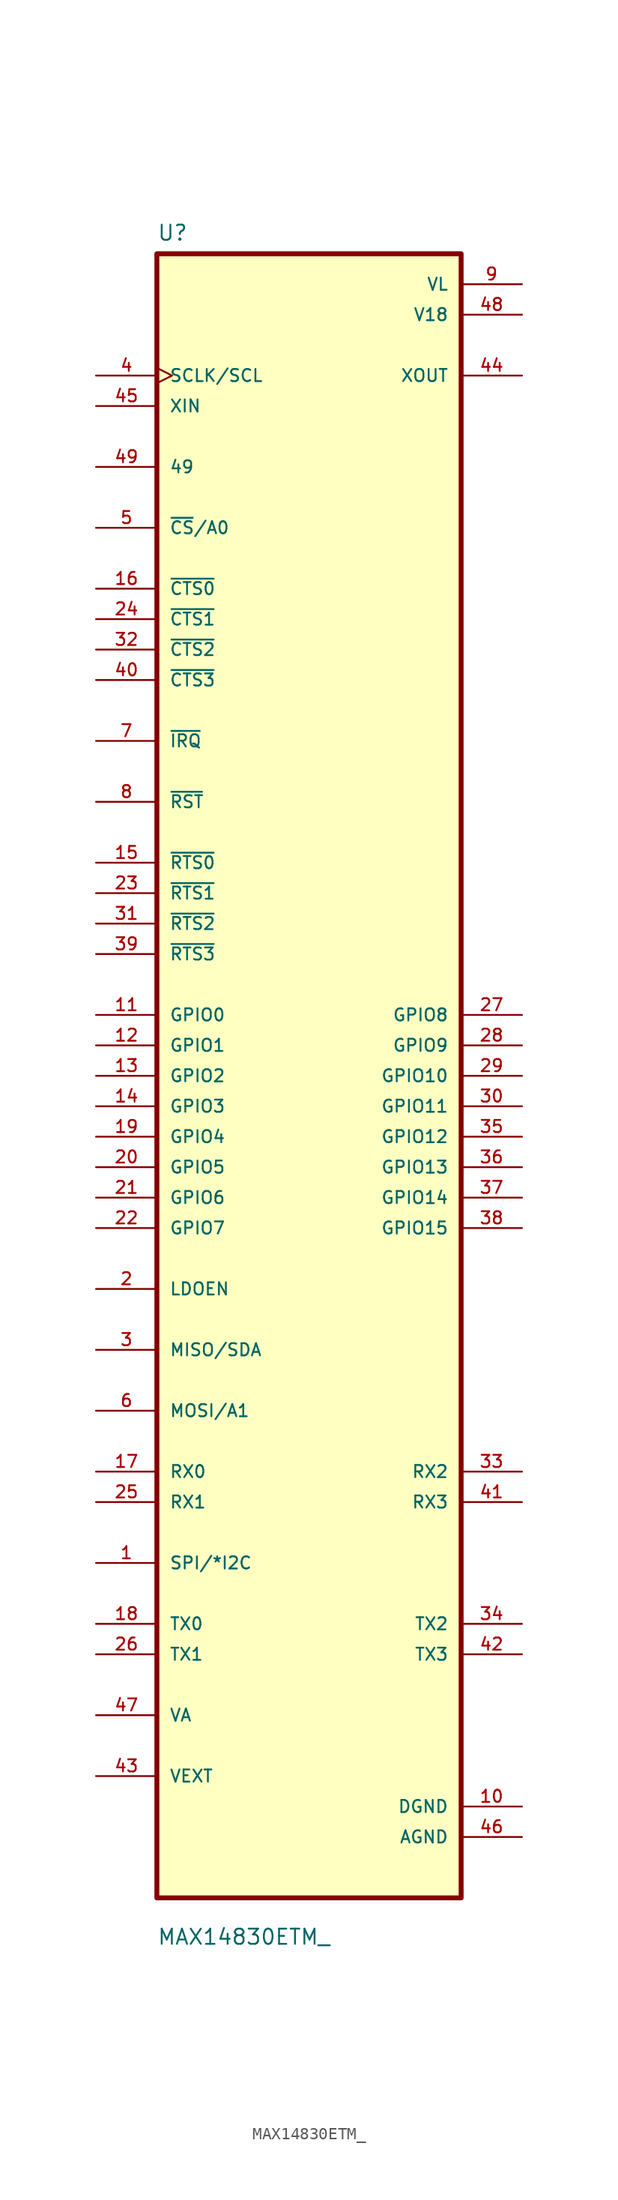
<source format=kicad_sym>
(kicad_symbol_lib
  (version 20211014)
  (generator kicad_symbol_editor)
  (symbol "MAX14830ETM_"
    (pin_names
      (offset 1.016))
    (property "Reference" "U"
      (at -12.7 69.58 0.0)
      (effects (font (size 1.27 1.27)) (justify bottom left)))
    (property "Value" "MAX14830ETM_"
      (at -12.7 -72.58 0.0)
      (effects (font (size 1.27 1.27)) (justify bottom left)))
    (symbol "MAX14830ETM__0_0"
      (rectangle (start -12.7 -68.58) (end 12.7 68.58) (stroke (width 0.41)) (fill (type background)))
      (pin input clock (at -17.78 58.42 0) (length 5.08) (name "SCLK/SCL" (effects (font (size 1.016 1.016)))) (number "4" (effects (font (size 1.016 1.016)))))
      (pin input line (at -17.78 55.88 0) (length 5.08) (name "XIN" (effects (font (size 1.016 1.016)))) (number "45" (effects (font (size 1.016 1.016)))))
      (pin bidirectional line (at -17.78 50.8 0) (length 5.08) (name "49" (effects (font (size 1.016 1.016)))) (number "49" (effects (font (size 1.016 1.016)))))
      (pin bidirectional line (at -17.78 45.72 0) (length 5.08) (name "~{CS}/A0" (effects (font (size 1.016 1.016)))) (number "5" (effects (font (size 1.016 1.016)))))
      (pin bidirectional line (at -17.78 40.64 0) (length 5.08) (name "~{CTS0}" (effects (font (size 1.016 1.016)))) (number "16" (effects (font (size 1.016 1.016)))))
      (pin bidirectional line (at -17.78 38.1 0) (length 5.08) (name "~{CTS1}" (effects (font (size 1.016 1.016)))) (number "24" (effects (font (size 1.016 1.016)))))
      (pin bidirectional line (at -17.78 35.56 0) (length 5.08) (name "~{CTS2}" (effects (font (size 1.016 1.016)))) (number "32" (effects (font (size 1.016 1.016)))))
      (pin bidirectional line (at -17.78 33.02 0) (length 5.08) (name "~{CTS3}" (effects (font (size 1.016 1.016)))) (number "40" (effects (font (size 1.016 1.016)))))
      (pin bidirectional line (at -17.78 27.94 0) (length 5.08) (name "~{IRQ}" (effects (font (size 1.016 1.016)))) (number "7" (effects (font (size 1.016 1.016)))))
      (pin bidirectional line (at -17.78 22.86 0) (length 5.08) (name "~{RST}" (effects (font (size 1.016 1.016)))) (number "8" (effects (font (size 1.016 1.016)))))
      (pin bidirectional line (at -17.78 17.78 0) (length 5.08) (name "~{RTS0}" (effects (font (size 1.016 1.016)))) (number "15" (effects (font (size 1.016 1.016)))))
      (pin bidirectional line (at -17.78 15.24 0) (length 5.08) (name "~{RTS1}" (effects (font (size 1.016 1.016)))) (number "23" (effects (font (size 1.016 1.016)))))
      (pin bidirectional line (at -17.78 12.7 0) (length 5.08) (name "~{RTS2}" (effects (font (size 1.016 1.016)))) (number "31" (effects (font (size 1.016 1.016)))))
      (pin bidirectional line (at -17.78 10.16 0) (length 5.08) (name "~{RTS3}" (effects (font (size 1.016 1.016)))) (number "39" (effects (font (size 1.016 1.016)))))
      (pin bidirectional line (at -17.78 5.08 0) (length 5.08) (name "GPIO0" (effects (font (size 1.016 1.016)))) (number "11" (effects (font (size 1.016 1.016)))))
      (pin bidirectional line (at -17.78 2.54 0) (length 5.08) (name "GPIO1" (effects (font (size 1.016 1.016)))) (number "12" (effects (font (size 1.016 1.016)))))
      (pin bidirectional line (at -17.78 1.77636e-14 0) (length 5.08) (name "GPIO2" (effects (font (size 1.016 1.016)))) (number "13" (effects (font (size 1.016 1.016)))))
      (pin bidirectional line (at -17.78 -2.54 0) (length 5.08) (name "GPIO3" (effects (font (size 1.016 1.016)))) (number "14" (effects (font (size 1.016 1.016)))))
      (pin bidirectional line (at -17.78 -5.08 0) (length 5.08) (name "GPIO4" (effects (font (size 1.016 1.016)))) (number "19" (effects (font (size 1.016 1.016)))))
      (pin bidirectional line (at -17.78 -7.62 0) (length 5.08) (name "GPIO5" (effects (font (size 1.016 1.016)))) (number "20" (effects (font (size 1.016 1.016)))))
      (pin bidirectional line (at -17.78 -10.16 0) (length 5.08) (name "GPIO6" (effects (font (size 1.016 1.016)))) (number "21" (effects (font (size 1.016 1.016)))))
      (pin bidirectional line (at -17.78 -12.7 0) (length 5.08) (name "GPIO7" (effects (font (size 1.016 1.016)))) (number "22" (effects (font (size 1.016 1.016)))))
      (pin bidirectional line (at -17.78 -17.78 0) (length 5.08) (name "LDOEN" (effects (font (size 1.016 1.016)))) (number "2" (effects (font (size 1.016 1.016)))))
      (pin bidirectional line (at -17.78 -22.86 0) (length 5.08) (name "MISO/SDA" (effects (font (size 1.016 1.016)))) (number "3" (effects (font (size 1.016 1.016)))))
      (pin bidirectional line (at -17.78 -27.94 0) (length 5.08) (name "MOSI/A1" (effects (font (size 1.016 1.016)))) (number "6" (effects (font (size 1.016 1.016)))))
      (pin bidirectional line (at -17.78 -33.02 0) (length 5.08) (name "RX0" (effects (font (size 1.016 1.016)))) (number "17" (effects (font (size 1.016 1.016)))))
      (pin bidirectional line (at -17.78 -35.56 0) (length 5.08) (name "RX1" (effects (font (size 1.016 1.016)))) (number "25" (effects (font (size 1.016 1.016)))))
      (pin bidirectional line (at -17.78 -40.64 0) (length 5.08) (name "SPI/*I2C" (effects (font (size 1.016 1.016)))) (number "1" (effects (font (size 1.016 1.016)))))
      (pin bidirectional line (at -17.78 -45.72 0) (length 5.08) (name "TX0" (effects (font (size 1.016 1.016)))) (number "18" (effects (font (size 1.016 1.016)))))
      (pin bidirectional line (at -17.78 -48.26 0) (length 5.08) (name "TX1" (effects (font (size 1.016 1.016)))) (number "26" (effects (font (size 1.016 1.016)))))
      (pin bidirectional line (at -17.78 -53.34 0) (length 5.08) (name "VA" (effects (font (size 1.016 1.016)))) (number "47" (effects (font (size 1.016 1.016)))))
      (pin bidirectional line (at -17.78 -58.42 0) (length 5.08) (name "VEXT" (effects (font (size 1.016 1.016)))) (number "43" (effects (font (size 1.016 1.016)))))
      (pin power_in line (at 17.78 66.04 180.0) (length 5.08) (name "VL" (effects (font (size 1.016 1.016)))) (number "9" (effects (font (size 1.016 1.016)))))
      (pin power_in line (at 17.78 63.5 180.0) (length 5.08) (name "V18" (effects (font (size 1.016 1.016)))) (number "48" (effects (font (size 1.016 1.016)))))
      (pin output line (at 17.78 58.42 180.0) (length 5.08) (name "XOUT" (effects (font (size 1.016 1.016)))) (number "44" (effects (font (size 1.016 1.016)))))
      (pin bidirectional line (at 17.78 5.08 180.0) (length 5.08) (name "GPIO8" (effects (font (size 1.016 1.016)))) (number "27" (effects (font (size 1.016 1.016)))))
      (pin bidirectional line (at 17.78 2.54 180.0) (length 5.08) (name "GPIO9" (effects (font (size 1.016 1.016)))) (number "28" (effects (font (size 1.016 1.016)))))
      (pin bidirectional line (at 17.78 -1.77636e-15 180.0) (length 5.08) (name "GPIO10" (effects (font (size 1.016 1.016)))) (number "29" (effects (font (size 1.016 1.016)))))
      (pin bidirectional line (at 17.78 -2.54 180.0) (length 5.08) (name "GPIO11" (effects (font (size 1.016 1.016)))) (number "30" (effects (font (size 1.016 1.016)))))
      (pin bidirectional line (at 17.78 -5.08 180.0) (length 5.08) (name "GPIO12" (effects (font (size 1.016 1.016)))) (number "35" (effects (font (size 1.016 1.016)))))
      (pin bidirectional line (at 17.78 -7.62 180.0) (length 5.08) (name "GPIO13" (effects (font (size 1.016 1.016)))) (number "36" (effects (font (size 1.016 1.016)))))
      (pin bidirectional line (at 17.78 -10.16 180.0) (length 5.08) (name "GPIO14" (effects (font (size 1.016 1.016)))) (number "37" (effects (font (size 1.016 1.016)))))
      (pin bidirectional line (at 17.78 -12.7 180.0) (length 5.08) (name "GPIO15" (effects (font (size 1.016 1.016)))) (number "38" (effects (font (size 1.016 1.016)))))
      (pin bidirectional line (at 17.78 -33.02 180.0) (length 5.08) (name "RX2" (effects (font (size 1.016 1.016)))) (number "33" (effects (font (size 1.016 1.016)))))
      (pin bidirectional line (at 17.78 -35.56 180.0) (length 5.08) (name "RX3" (effects (font (size 1.016 1.016)))) (number "41" (effects (font (size 1.016 1.016)))))
      (pin bidirectional line (at 17.78 -45.72 180.0) (length 5.08) (name "TX2" (effects (font (size 1.016 1.016)))) (number "34" (effects (font (size 1.016 1.016)))))
      (pin bidirectional line (at 17.78 -48.26 180.0) (length 5.08) (name "TX3" (effects (font (size 1.016 1.016)))) (number "42" (effects (font (size 1.016 1.016)))))
      (pin power_in line (at 17.78 -60.96 180.0) (length 5.08) (name "DGND" (effects (font (size 1.016 1.016)))) (number "10" (effects (font (size 1.016 1.016)))))
      (pin power_in line (at 17.78 -63.5 180.0) (length 5.08) (name "AGND" (effects (font (size 1.016 1.016)))) (number "46" (effects (font (size 1.016 1.016))))))))
</source>
